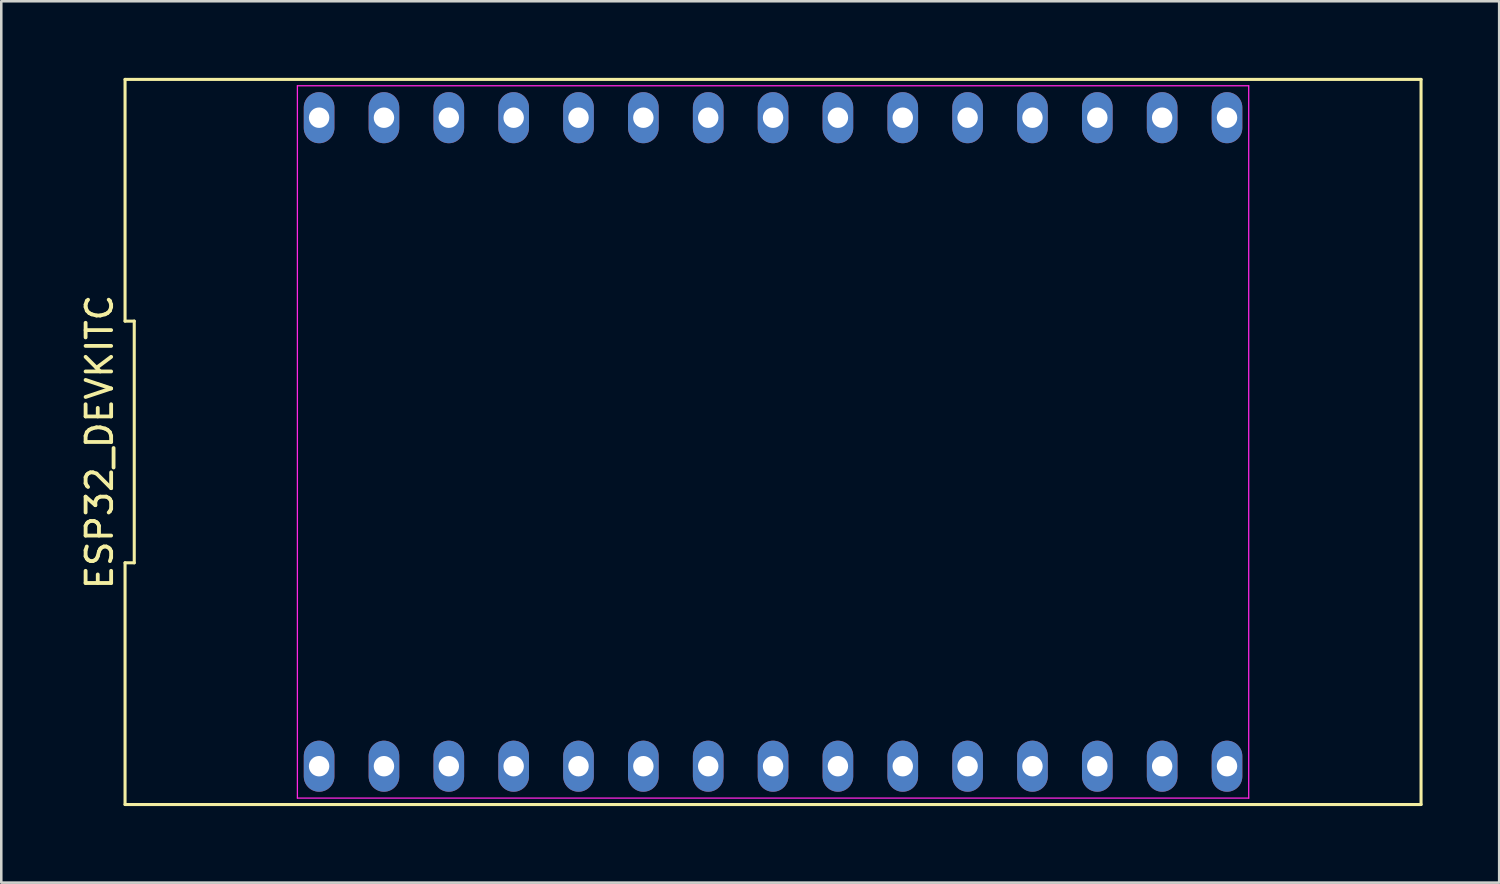
<source format=kicad_pcb>
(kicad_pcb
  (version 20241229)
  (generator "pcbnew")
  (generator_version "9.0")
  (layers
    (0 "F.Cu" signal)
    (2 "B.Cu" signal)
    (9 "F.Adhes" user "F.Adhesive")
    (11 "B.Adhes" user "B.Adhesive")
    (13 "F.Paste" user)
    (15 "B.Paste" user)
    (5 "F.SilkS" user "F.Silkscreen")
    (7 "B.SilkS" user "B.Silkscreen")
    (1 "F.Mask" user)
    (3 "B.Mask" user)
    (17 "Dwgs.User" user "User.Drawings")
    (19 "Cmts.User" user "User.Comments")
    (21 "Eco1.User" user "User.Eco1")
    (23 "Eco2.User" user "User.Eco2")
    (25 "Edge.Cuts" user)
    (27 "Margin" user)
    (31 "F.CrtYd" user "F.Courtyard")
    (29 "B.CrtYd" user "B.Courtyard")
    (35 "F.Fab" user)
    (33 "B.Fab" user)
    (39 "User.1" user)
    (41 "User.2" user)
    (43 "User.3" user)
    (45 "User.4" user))
  (footprint "ESP32_DEVKITC"
    (layer "F.Cu")
    (at 27.228 14.26)
    (property "Reference" "ESP32_DEVKITC" (at -26.38 0 90) (layer "F.SilkS") (effects (font (size 1 1) (thickness 0.15))))
    (attr through_hole)
    (fp_line (start -25.38 -14.2) (end -25.38 -4.733) (stroke (width 0.12) (type solid)) (layer "F.SilkS"))
    (fp_line (start -25.38 -4.733) (end -25.02 -4.733) (stroke (width 0.12) (type solid)) (layer "F.SilkS"))
    (fp_line (start -25.38 4.733) (end -25.38 14.2) (stroke (width 0.12) (type solid)) (layer "F.SilkS"))
    (fp_line (start -25.38 14.2) (end 25.38 14.2) (stroke (width 0.12) (type solid)) (layer "F.SilkS"))
    (fp_line (start -25.02 -4.733) (end -25.02 4.733) (stroke (width 0.12) (type solid)) (layer "F.SilkS"))
    (fp_line (start -25.02 4.733) (end -25.38 4.733) (stroke (width 0.12) (type solid)) (layer "F.SilkS"))
    (fp_line (start 25.38 -14.2) (end -25.38 -14.2) (stroke (width 0.12) (type solid)) (layer "F.SilkS"))
    (fp_line (start 25.38 14.2) (end 25.38 -14.2) (stroke (width 0.12) (type solid)) (layer "F.SilkS"))
    (fp_line (start -18.63 -13.95) (end 18.63 -13.95) (stroke (width 0.05) (type solid)) (layer "F.CrtYd"))
    (fp_line (start -18.63 13.95) (end -18.63 -13.95) (stroke (width 0.05) (type solid)) (layer "F.CrtYd"))
    (fp_line (start 18.63 -13.95) (end 18.63 13.95) (stroke (width 0.05) (type solid)) (layer "F.CrtYd"))
    (fp_line (start 18.63 13.95) (end -18.63 13.95) (stroke (width 0.05) (type solid)) (layer "F.CrtYd"))
    (pad "1" thru_hole oval (at -17.78 12.7) (size 1.2 2) (drill 0.8) (layers "*.Cu" "*.Mask"))
    (pad "2" thru_hole oval (at -15.24 12.7) (size 1.2 2) (drill 0.8) (layers "*.Cu" "*.Mask"))
    (pad "3" thru_hole oval (at -12.7 12.7) (size 1.2 2) (drill 0.8) (layers "*.Cu" "*.Mask"))
    (pad "4" thru_hole oval (at -10.16 12.7) (size 1.2 2) (drill 0.8) (layers "*.Cu" "*.Mask"))
    (pad "5" thru_hole oval (at -7.62 12.7) (size 1.2 2) (drill 0.8) (layers "*.Cu" "*.Mask"))
    (pad "6" thru_hole oval (at -5.08 12.7) (size 1.2 2) (drill 0.8) (layers "*.Cu" "*.Mask"))
    (pad "7" thru_hole oval (at -2.54 12.7) (size 1.2 2) (drill 0.8) (layers "*.Cu" "*.Mask"))
    (pad "8" thru_hole oval (at 0 12.7) (size 1.2 2) (drill 0.8) (layers "*.Cu" "*.Mask"))
    (pad "9" thru_hole oval (at 2.54 12.7) (size 1.2 2) (drill 0.8) (layers "*.Cu" "*.Mask"))
    (pad "10" thru_hole oval (at 5.08 12.7) (size 1.2 2) (drill 0.8) (layers "*.Cu" "*.Mask"))
    (pad "11" thru_hole oval (at 7.62 12.7) (size 1.2 2) (drill 0.8) (layers "*.Cu" "*.Mask"))
    (pad "12" thru_hole oval (at 10.16 12.7) (size 1.2 2) (drill 0.8) (layers "*.Cu" "*.Mask"))
    (pad "13" thru_hole oval (at 12.7 12.7) (size 1.2 2) (drill 0.8) (layers "*.Cu" "*.Mask"))
    (pad "14" thru_hole oval (at 15.24 12.7) (size 1.2 2) (drill 0.8) (layers "*.Cu" "*.Mask"))
    (pad "15" thru_hole oval (at 17.78 12.7) (size 1.2 2) (drill 0.8) (layers "*.Cu" "*.Mask"))
    (pad "16" thru_hole oval (at 17.78 -12.7) (size 1.2 2) (drill 0.8) (layers "*.Cu" "*.Mask"))
    (pad "17" thru_hole oval (at 15.24 -12.7) (size 1.2 2) (drill 0.8) (layers "*.Cu" "*.Mask"))
    (pad "18" thru_hole oval (at 12.7 -12.7) (size 1.2 2) (drill 0.8) (layers "*.Cu" "*.Mask"))
    (pad "19" thru_hole oval (at 10.16 -12.7) (size 1.2 2) (drill 0.8) (layers "*.Cu" "*.Mask"))
    (pad "20" thru_hole oval (at 7.62 -12.7) (size 1.2 2) (drill 0.8) (layers "*.Cu" "*.Mask"))
    (pad "21" thru_hole oval (at 5.08 -12.7) (size 1.2 2) (drill 0.8) (layers "*.Cu" "*.Mask"))
    (pad "22" thru_hole oval (at 2.54 -12.7) (size 1.2 2) (drill 0.8) (layers "*.Cu" "*.Mask"))
    (pad "23" thru_hole oval (at 0 -12.7) (size 1.2 2) (drill 0.8) (layers "*.Cu" "*.Mask"))
    (pad "24" thru_hole oval (at -2.54 -12.7) (size 1.2 2) (drill 0.8) (layers "*.Cu" "*.Mask"))
    (pad "25" thru_hole oval (at -5.08 -12.7) (size 1.2 2) (drill 0.8) (layers "*.Cu" "*.Mask"))
    (pad "26" thru_hole oval (at -7.62 -12.7) (size 1.2 2) (drill 0.8) (layers "*.Cu" "*.Mask"))
    (pad "27" thru_hole oval (at -10.16 -12.7) (size 1.2 2) (drill 0.8) (layers "*.Cu" "*.Mask"))
    (pad "28" thru_hole oval (at -12.7 -12.7) (size 1.2 2) (drill 0.8) (layers "*.Cu" "*.Mask"))
    (pad "29" thru_hole oval (at -15.24 -12.7) (size 1.2 2) (drill 0.8) (layers "*.Cu" "*.Mask"))
    (pad "30" thru_hole oval (at -17.78 -12.7) (size 1.2 2) (drill 0.8) (layers "*.Cu" "*.Mask")))
  (gr_rect
    (start -3 -3)
    (end 55.668 31.52)
    (stroke (width 0.1) (type default))
    (fill no)
    (layer "Edge.Cuts")))
</source>
